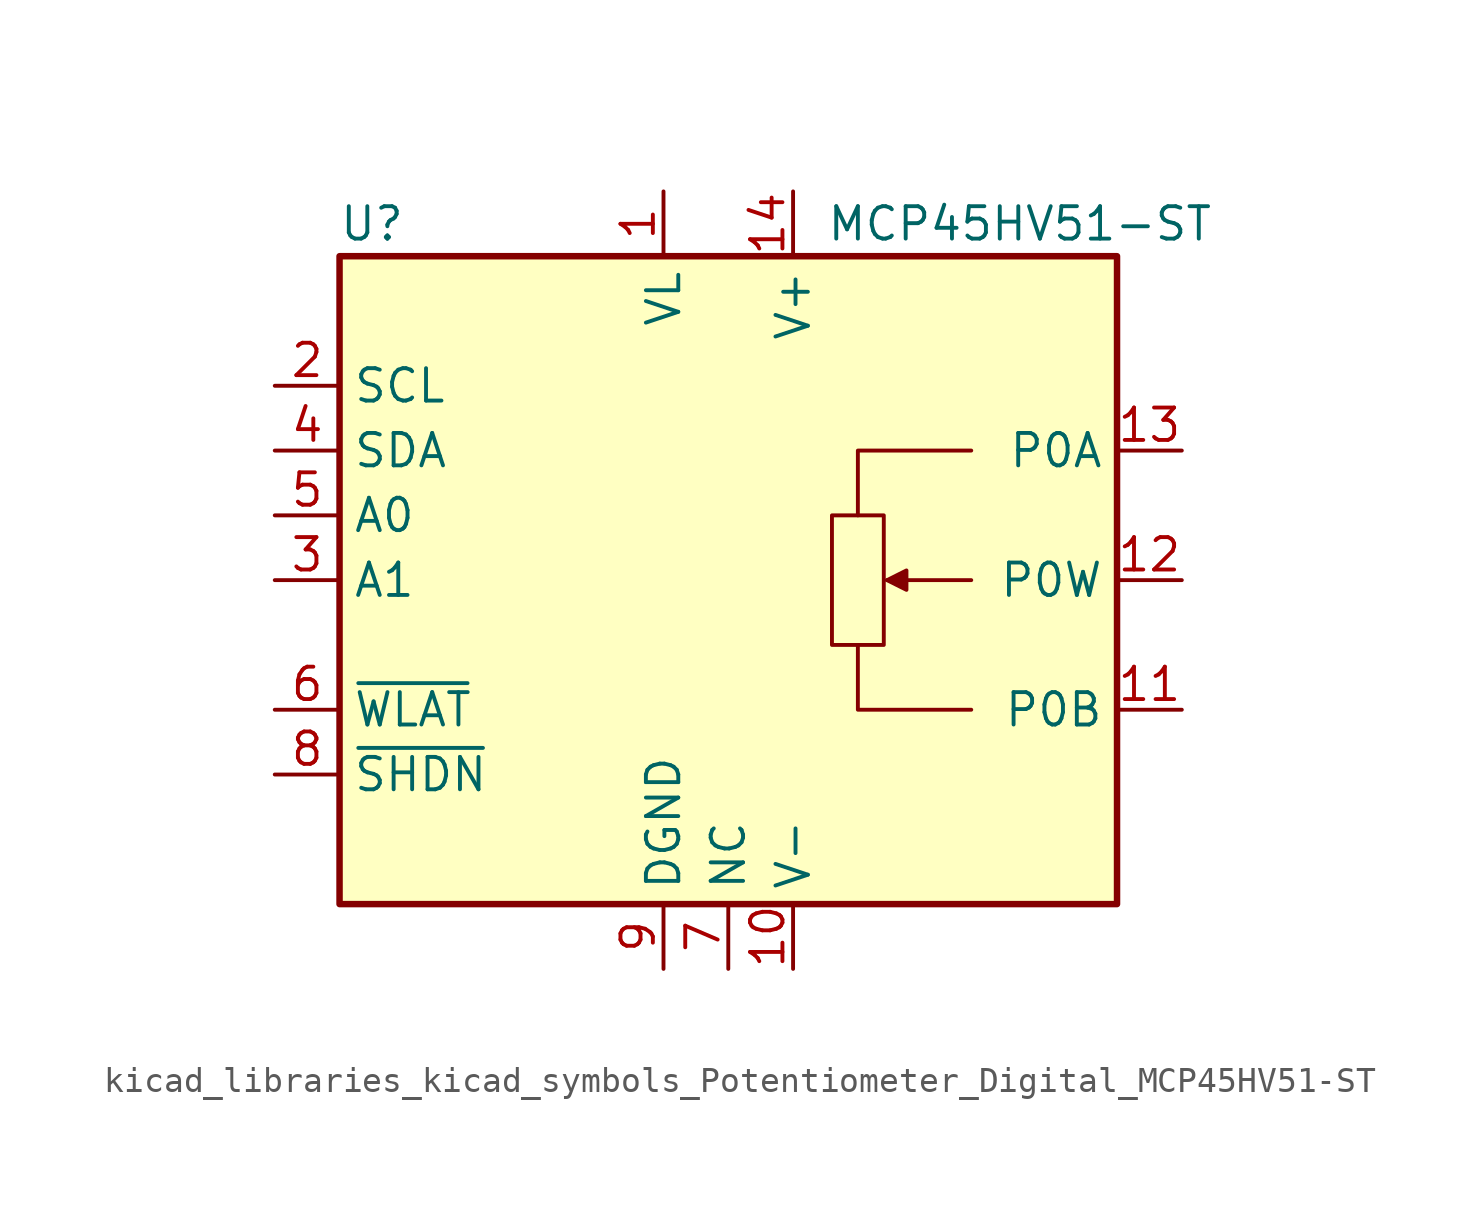
<source format=kicad_sym>
(kicad_symbol_lib
  (version 20220914)
  (generator kicad_symbol_editor)
  (symbol "kicad_libraries_kicad_symbols_Potentiometer_Digital_MCP45HV51-ST"
    (property "Reference" "U"
      (at -13.97 13.97 0)
      (effects (font (size 1.27 1.27))))
    (property "Value" "MCP45HV51-ST"
      (at 11.43 13.97 0)
      (effects (font (size 1.27 1.27))))
    (symbol "kicad_libraries_kicad_symbols_Potentiometer_Digital_MCP45HV51-ST_0_1"
      (polyline (pts (xy 9.525 0) (xy 6.223 0)) (stroke (width 0) (type default)) (fill (type none)))
      (polyline (pts (xy 5.08 -2.54) (xy 5.08 -5.08) (xy 9.525 -5.08)) (stroke (width 0) (type default)) (fill (type none)))
      (polyline (pts (xy 5.08 2.54) (xy 5.08 5.08) (xy 9.525 5.08)) (stroke (width 0) (type default)) (fill (type none)))
      (polyline (pts (xy 6.223 0) (xy 6.985 0.381) (xy 6.985 -0.381) (xy 6.223 0)) (stroke (width 0) (type default)) (fill (type outline)))
      (polyline (pts (xy 6.096 2.54) (xy 4.064 2.54) (xy 4.064 -2.54) (xy 6.096 -2.54) (xy 6.096 2.54)) (stroke (width 0) (type default)) (fill (type none))))
    (symbol "kicad_libraries_kicad_symbols_Potentiometer_Digital_MCP45HV51-ST_1_1"
      (rectangle (start -15.24 12.7) (end 15.24 -12.7) (stroke (width 0.254) (type default)) (fill (type background)))
      (pin power_in line (at -2.54 15.24 270) (length 2.54) (name "VL" (effects (font (size 1.27 1.27)))) (number "1" (effects (font (size 1.27 1.27)))))
      (pin power_in line (at 2.54 -15.24 90) (length 2.54) (name "V-" (effects (font (size 1.27 1.27)))) (number "10" (effects (font (size 1.27 1.27)))))
      (pin passive line (at 17.78 -5.08 180) (length 2.54) (name "P0B" (effects (font (size 1.27 1.27)))) (number "11" (effects (font (size 1.27 1.27)))))
      (pin passive line (at 17.78 0 180) (length 2.54) (name "P0W" (effects (font (size 1.27 1.27)))) (number "12" (effects (font (size 1.27 1.27)))))
      (pin passive line (at 17.78 5.08 180) (length 2.54) (name "P0A" (effects (font (size 1.27 1.27)))) (number "13" (effects (font (size 1.27 1.27)))))
      (pin power_in line (at 2.54 15.24 270) (length 2.54) (name "V+" (effects (font (size 1.27 1.27)))) (number "14" (effects (font (size 1.27 1.27)))))
      (pin input line (at -17.78 7.62 0) (length 2.54) (name "SCL" (effects (font (size 1.27 1.27)))) (number "2" (effects (font (size 1.27 1.27)))))
      (pin input line (at -17.78 0 0) (length 2.54) (name "A1" (effects (font (size 1.27 1.27)))) (number "3" (effects (font (size 1.27 1.27)))))
      (pin bidirectional line (at -17.78 5.08 0) (length 2.54) (name "SDA" (effects (font (size 1.27 1.27)))) (number "4" (effects (font (size 1.27 1.27)))))
      (pin input line (at -17.78 2.54 0) (length 2.54) (name "A0" (effects (font (size 1.27 1.27)))) (number "5" (effects (font (size 1.27 1.27)))))
      (pin input line (at -17.78 -5.08 0) (length 2.54) (name "~{WLAT}" (effects (font (size 1.27 1.27)))) (number "6" (effects (font (size 1.27 1.27)))))
      (pin passive line (at 0 -15.24 90) (length 2.54) (name "NC" (effects (font (size 1.27 1.27)))) (number "7" (effects (font (size 1.27 1.27)))))
      (pin input line (at -17.78 -7.62 0) (length 2.54) (name "~{SHDN}" (effects (font (size 1.27 1.27)))) (number "8" (effects (font (size 1.27 1.27)))))
      (pin power_in line (at -2.54 -15.24 90) (length 2.54) (name "DGND" (effects (font (size 1.27 1.27)))) (number "9" (effects (font (size 1.27 1.27))))))))
</source>
